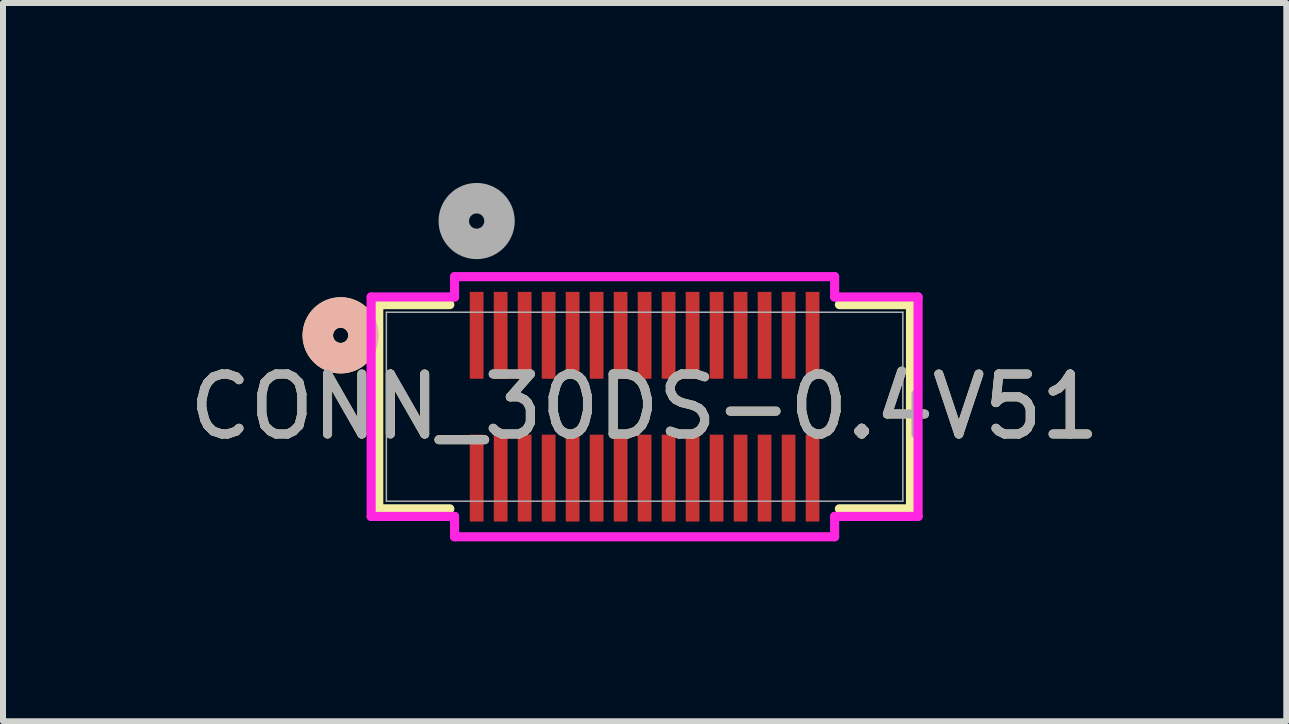
<source format=kicad_pcb>
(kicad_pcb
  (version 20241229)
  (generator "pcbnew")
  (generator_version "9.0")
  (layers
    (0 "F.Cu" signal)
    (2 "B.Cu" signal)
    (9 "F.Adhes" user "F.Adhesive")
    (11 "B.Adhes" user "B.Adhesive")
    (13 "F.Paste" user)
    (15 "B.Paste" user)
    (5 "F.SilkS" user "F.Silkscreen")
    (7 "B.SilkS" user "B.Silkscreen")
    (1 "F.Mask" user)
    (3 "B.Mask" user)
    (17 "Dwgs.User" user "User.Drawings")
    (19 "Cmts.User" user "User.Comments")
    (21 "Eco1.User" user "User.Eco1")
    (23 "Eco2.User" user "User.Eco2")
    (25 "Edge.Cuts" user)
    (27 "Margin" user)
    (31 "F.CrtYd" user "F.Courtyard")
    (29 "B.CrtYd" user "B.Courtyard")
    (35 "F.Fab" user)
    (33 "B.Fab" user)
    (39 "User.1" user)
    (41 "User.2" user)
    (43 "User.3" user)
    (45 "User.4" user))
  (footprint "CONN_30DS-0.4V51"
    (layer "F.Cu")
    (at 7.696 3.73)
    (property "Reference" "CONN_30DS-0.4V51" (at 0 0 0) (unlocked yes) (layer "F.SilkS") (effects (font (size 1 1) (thickness 0.15))))
    (attr smd)
    (fp_line (start -4.432 -1.702) (end -4.432 1.702) (stroke (width 0.152) (type solid)) (layer "F.SilkS"))
    (fp_line (start -4.432 1.702) (end -3.247 1.702) (stroke (width 0.152) (type solid)) (layer "F.SilkS"))
    (fp_line (start -3.247 -1.702) (end -4.432 -1.702) (stroke (width 0.152) (type solid)) (layer "F.SilkS"))
    (fp_line (start 3.247 1.702) (end 4.432 1.702) (stroke (width 0.152) (type solid)) (layer "F.SilkS"))
    (fp_line (start 4.432 -1.702) (end 3.247 -1.702) (stroke (width 0.152) (type solid)) (layer "F.SilkS"))
    (fp_line (start 4.432 1.702) (end 4.432 -1.702) (stroke (width 0.152) (type solid)) (layer "F.SilkS"))
    (fp_circle (center -5.067 -1.19) (end -4.686 -1.19) (stroke (width 0.508) (type solid)) (fill no) (layer "F.SilkS"))
    (fp_circle (center -5.067 -1.19) (end -4.686 -1.19) (stroke (width 0.508) (type solid)) (fill no) (layer "B.SilkS"))
    (fp_line (start -4.559 -1.829) (end -4.559 1.829) (stroke (width 0.152) (type solid)) (layer "F.CrtYd"))
    (fp_line (start -4.559 1.829) (end -3.168 1.829) (stroke (width 0.152) (type solid)) (layer "F.CrtYd"))
    (fp_line (start -3.168 -2.168) (end -3.168 -1.829) (stroke (width 0.152) (type solid)) (layer "F.CrtYd"))
    (fp_line (start -3.168 -1.829) (end -4.559 -1.829) (stroke (width 0.152) (type solid)) (layer "F.CrtYd"))
    (fp_line (start -3.168 1.829) (end -3.168 2.168) (stroke (width 0.152) (type solid)) (layer "F.CrtYd"))
    (fp_line (start -3.168 2.168) (end 3.168 2.168) (stroke (width 0.152) (type solid)) (layer "F.CrtYd"))
    (fp_line (start 3.168 -2.168) (end -3.168 -2.168) (stroke (width 0.152) (type solid)) (layer "F.CrtYd"))
    (fp_line (start 3.168 -1.829) (end 3.168 -2.168) (stroke (width 0.152) (type solid)) (layer "F.CrtYd"))
    (fp_line (start 3.168 1.829) (end 4.559 1.829) (stroke (width 0.152) (type solid)) (layer "F.CrtYd"))
    (fp_line (start 3.168 2.168) (end 3.168 1.829) (stroke (width 0.152) (type solid)) (layer "F.CrtYd"))
    (fp_line (start 4.559 -1.829) (end 3.168 -1.829) (stroke (width 0.152) (type solid)) (layer "F.CrtYd"))
    (fp_line (start 4.559 1.829) (end 4.559 -1.829) (stroke (width 0.152) (type solid)) (layer "F.CrtYd"))
    (fp_line (start -4.305 -1.575) (end -4.305 1.575) (stroke (width 0.025) (type solid)) (layer "F.Fab"))
    (fp_line (start -4.305 1.575) (end 4.305 1.575) (stroke (width 0.025) (type solid)) (layer "F.Fab"))
    (fp_line (start 4.305 -1.575) (end -4.305 -1.575) (stroke (width 0.025) (type solid)) (layer "F.Fab"))
    (fp_line (start 4.305 1.575) (end 4.305 -1.575) (stroke (width 0.025) (type solid)) (layer "F.Fab"))
    (fp_circle (center -2.8 -3.095) (end -2.419 -3.095) (stroke (width 0.508) (type solid)) (fill no) (layer "F.Fab"))
    (fp_text user "${REFERENCE}" (at 0 0 0) (unlocked yes) (layer "F.Fab") (effects (font (size 1 1) (thickness 0.15))))
    (pad "1" smd rect (at -2.8 -1.19) (size 0.229 1.448) (layers "F.Cu" "F.Mask" "F.Paste"))
    (pad "2" smd rect (at -2.4 -1.19) (size 0.229 1.448) (layers "F.Cu" "F.Mask" "F.Paste"))
    (pad "3" smd rect (at -2 -1.19) (size 0.229 1.448) (layers "F.Cu" "F.Mask" "F.Paste"))
    (pad "4" smd rect (at -1.6 -1.19) (size 0.229 1.448) (layers "F.Cu" "F.Mask" "F.Paste"))
    (pad "5" smd rect (at -1.2 -1.19) (size 0.229 1.448) (layers "F.Cu" "F.Mask" "F.Paste"))
    (pad "6" smd rect (at -0.8 -1.19) (size 0.229 1.448) (layers "F.Cu" "F.Mask" "F.Paste"))
    (pad "7" smd rect (at -0.4 -1.19) (size 0.229 1.448) (layers "F.Cu" "F.Mask" "F.Paste"))
    (pad "8" smd rect (at 0 -1.19) (size 0.229 1.448) (layers "F.Cu" "F.Mask" "F.Paste"))
    (pad "9" smd rect (at 0.4 -1.19) (size 0.229 1.448) (layers "F.Cu" "F.Mask" "F.Paste"))
    (pad "10" smd rect (at 0.8 -1.19) (size 0.229 1.448) (layers "F.Cu" "F.Mask" "F.Paste"))
    (pad "11" smd rect (at 1.2 -1.19) (size 0.229 1.448) (layers "F.Cu" "F.Mask" "F.Paste"))
    (pad "12" smd rect (at 1.6 -1.19) (size 0.229 1.448) (layers "F.Cu" "F.Mask" "F.Paste"))
    (pad "13" smd rect (at 2 -1.19) (size 0.229 1.448) (layers "F.Cu" "F.Mask" "F.Paste"))
    (pad "14" smd rect (at 2.4 -1.19) (size 0.229 1.448) (layers "F.Cu" "F.Mask" "F.Paste"))
    (pad "15" smd rect (at 2.8 -1.19) (size 0.229 1.448) (layers "F.Cu" "F.Mask" "F.Paste"))
    (pad "16" smd rect (at -2.8 1.19) (size 0.229 1.448) (layers "F.Cu" "F.Mask" "F.Paste"))
    (pad "17" smd rect (at -2.4 1.19) (size 0.229 1.448) (layers "F.Cu" "F.Mask" "F.Paste"))
    (pad "18" smd rect (at -2 1.19) (size 0.229 1.448) (layers "F.Cu" "F.Mask" "F.Paste"))
    (pad "19" smd rect (at -1.6 1.19) (size 0.229 1.448) (layers "F.Cu" "F.Mask" "F.Paste"))
    (pad "20" smd rect (at -1.2 1.19) (size 0.229 1.448) (layers "F.Cu" "F.Mask" "F.Paste"))
    (pad "21" smd rect (at -0.8 1.19) (size 0.229 1.448) (layers "F.Cu" "F.Mask" "F.Paste"))
    (pad "22" smd rect (at -0.4 1.19) (size 0.229 1.448) (layers "F.Cu" "F.Mask" "F.Paste"))
    (pad "23" smd rect (at 0 1.19) (size 0.229 1.448) (layers "F.Cu" "F.Mask" "F.Paste"))
    (pad "24" smd rect (at 0.4 1.19) (size 0.229 1.448) (layers "F.Cu" "F.Mask" "F.Paste"))
    (pad "25" smd rect (at 0.8 1.19) (size 0.229 1.448) (layers "F.Cu" "F.Mask" "F.Paste"))
    (pad "26" smd rect (at 1.2 1.19) (size 0.229 1.448) (layers "F.Cu" "F.Mask" "F.Paste"))
    (pad "27" smd rect (at 1.6 1.19) (size 0.229 1.448) (layers "F.Cu" "F.Mask" "F.Paste"))
    (pad "28" smd rect (at 2 1.19) (size 0.229 1.448) (layers "F.Cu" "F.Mask" "F.Paste"))
    (pad "29" smd rect (at 2.4 1.19) (size 0.229 1.448) (layers "F.Cu" "F.Mask" "F.Paste"))
    (pad "30" smd rect (at 2.8 1.19) (size 0.229 1.448) (layers "F.Cu" "F.Mask" "F.Paste")))
  (gr_rect
    (start -3 -3)
    (end 18.393 8.974)
    (stroke (width 0.1) (type default))
    (fill no)
    (layer "Edge.Cuts")))
</source>
